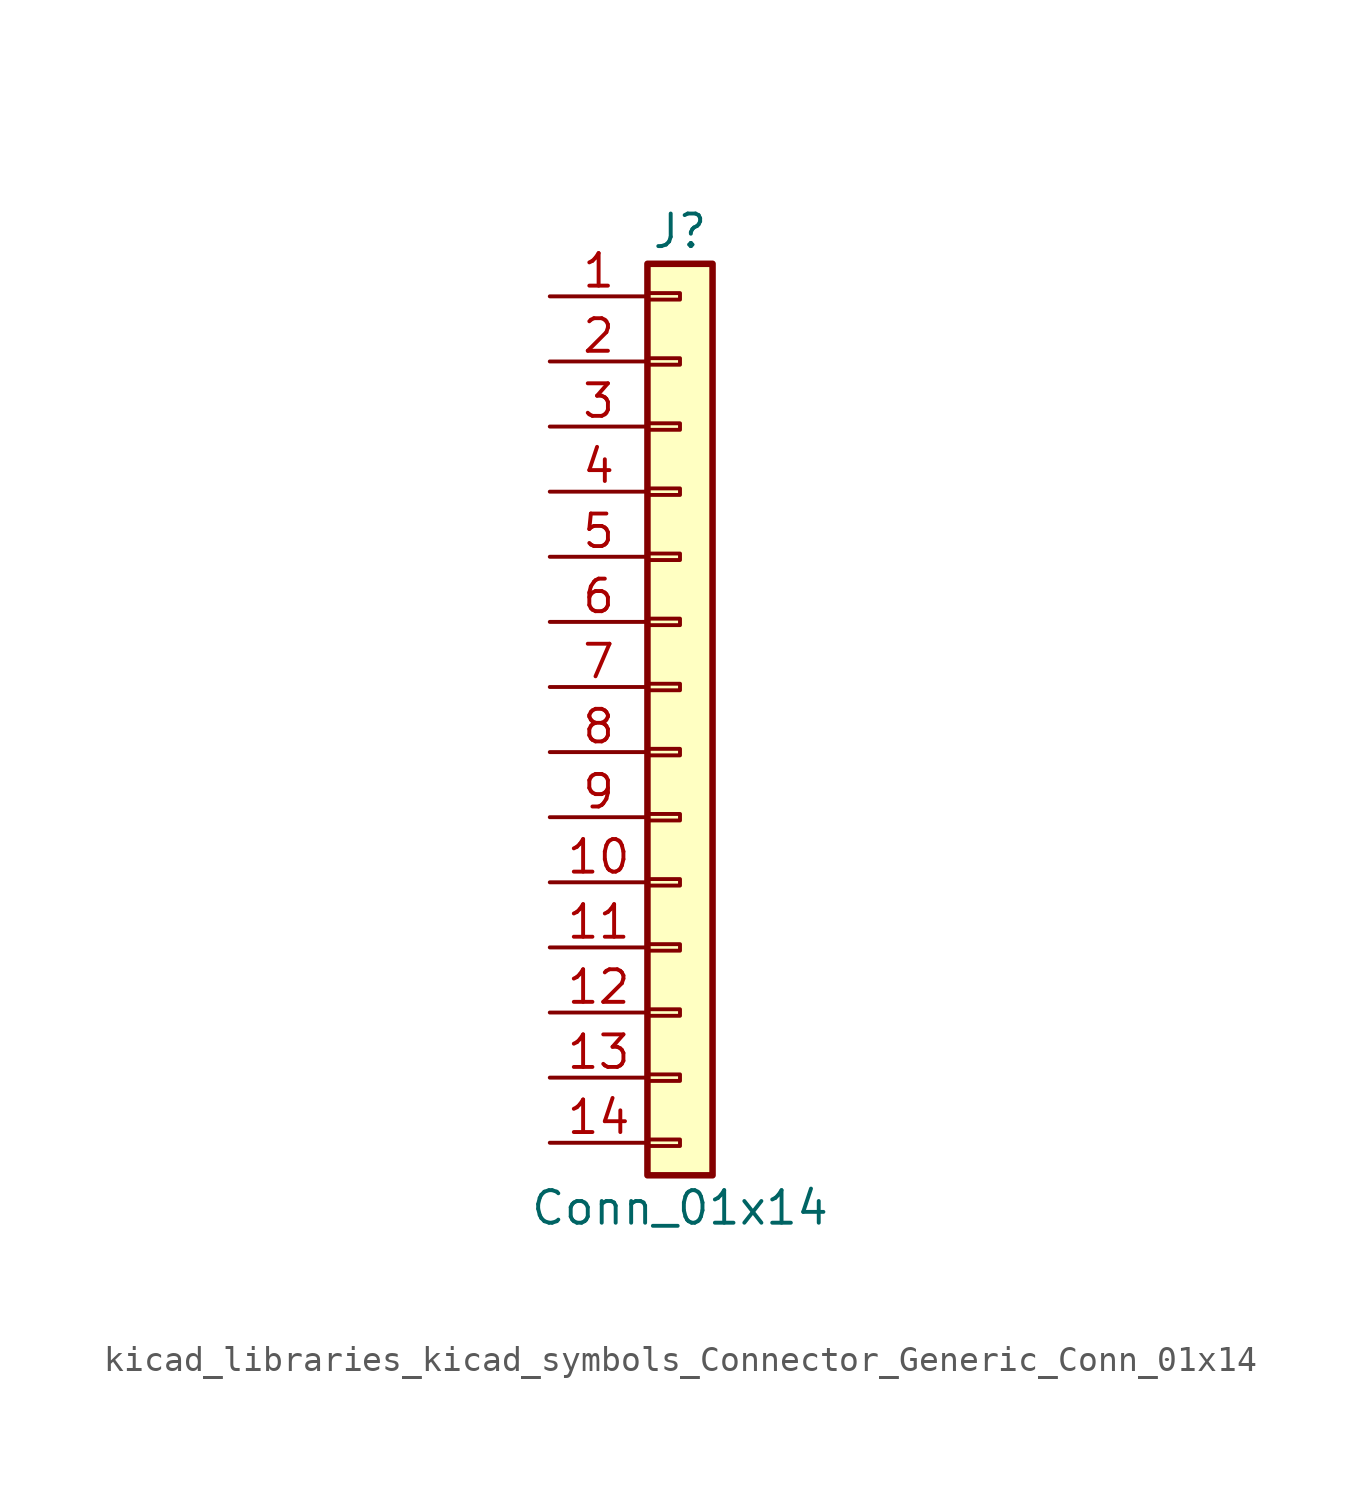
<source format=kicad_sym>
(kicad_symbol_lib
  (version 20220914)
  (generator kicad_symbol_editor)
  (symbol "kicad_libraries_kicad_symbols_Connector_Generic_Conn_01x14"
    (pin_names
      (offset 1.016) hide)
    (property "Reference" "J"
      (at 0 17.78 0)
      (effects (font (size 1.27 1.27))))
    (property "Value" "Conn_01x14"
      (at 0 -20.32 0)
      (effects (font (size 1.27 1.27))))
    (symbol "kicad_libraries_kicad_symbols_Connector_Generic_Conn_01x14_1_1"
      (rectangle (start -1.27 -17.653) (end 0 -17.907) (stroke (width 0.152) (type default)) (fill (type none)))
      (rectangle (start -1.27 -15.113) (end 0 -15.367) (stroke (width 0.152) (type default)) (fill (type none)))
      (rectangle (start -1.27 -12.573) (end 0 -12.827) (stroke (width 0.152) (type default)) (fill (type none)))
      (rectangle (start -1.27 -10.033) (end 0 -10.287) (stroke (width 0.152) (type default)) (fill (type none)))
      (rectangle (start -1.27 -7.493) (end 0 -7.747) (stroke (width 0.152) (type default)) (fill (type none)))
      (rectangle (start -1.27 -4.953) (end 0 -5.207) (stroke (width 0.152) (type default)) (fill (type none)))
      (rectangle (start -1.27 -2.413) (end 0 -2.667) (stroke (width 0.152) (type default)) (fill (type none)))
      (rectangle (start -1.27 0.127) (end 0 -0.127) (stroke (width 0.152) (type default)) (fill (type none)))
      (rectangle (start -1.27 2.667) (end 0 2.413) (stroke (width 0.152) (type default)) (fill (type none)))
      (rectangle (start -1.27 5.207) (end 0 4.953) (stroke (width 0.152) (type default)) (fill (type none)))
      (rectangle (start -1.27 7.747) (end 0 7.493) (stroke (width 0.152) (type default)) (fill (type none)))
      (rectangle (start -1.27 10.287) (end 0 10.033) (stroke (width 0.152) (type default)) (fill (type none)))
      (rectangle (start -1.27 12.827) (end 0 12.573) (stroke (width 0.152) (type default)) (fill (type none)))
      (rectangle (start -1.27 15.367) (end 0 15.113) (stroke (width 0.152) (type default)) (fill (type none)))
      (rectangle (start -1.27 16.51) (end 1.27 -19.05) (stroke (width 0.254) (type default)) (fill (type background)))
      (pin passive line (at -5.08 15.24 0) (length 3.81) (name "Pin_1" (effects (font (size 1.27 1.27)))) (number "1" (effects (font (size 1.27 1.27)))))
      (pin passive line (at -5.08 -7.62 0) (length 3.81) (name "Pin_10" (effects (font (size 1.27 1.27)))) (number "10" (effects (font (size 1.27 1.27)))))
      (pin passive line (at -5.08 -10.16 0) (length 3.81) (name "Pin_11" (effects (font (size 1.27 1.27)))) (number "11" (effects (font (size 1.27 1.27)))))
      (pin passive line (at -5.08 -12.7 0) (length 3.81) (name "Pin_12" (effects (font (size 1.27 1.27)))) (number "12" (effects (font (size 1.27 1.27)))))
      (pin passive line (at -5.08 -15.24 0) (length 3.81) (name "Pin_13" (effects (font (size 1.27 1.27)))) (number "13" (effects (font (size 1.27 1.27)))))
      (pin passive line (at -5.08 -17.78 0) (length 3.81) (name "Pin_14" (effects (font (size 1.27 1.27)))) (number "14" (effects (font (size 1.27 1.27)))))
      (pin passive line (at -5.08 12.7 0) (length 3.81) (name "Pin_2" (effects (font (size 1.27 1.27)))) (number "2" (effects (font (size 1.27 1.27)))))
      (pin passive line (at -5.08 10.16 0) (length 3.81) (name "Pin_3" (effects (font (size 1.27 1.27)))) (number "3" (effects (font (size 1.27 1.27)))))
      (pin passive line (at -5.08 7.62 0) (length 3.81) (name "Pin_4" (effects (font (size 1.27 1.27)))) (number "4" (effects (font (size 1.27 1.27)))))
      (pin passive line (at -5.08 5.08 0) (length 3.81) (name "Pin_5" (effects (font (size 1.27 1.27)))) (number "5" (effects (font (size 1.27 1.27)))))
      (pin passive line (at -5.08 2.54 0) (length 3.81) (name "Pin_6" (effects (font (size 1.27 1.27)))) (number "6" (effects (font (size 1.27 1.27)))))
      (pin passive line (at -5.08 0 0) (length 3.81) (name "Pin_7" (effects (font (size 1.27 1.27)))) (number "7" (effects (font (size 1.27 1.27)))))
      (pin passive line (at -5.08 -2.54 0) (length 3.81) (name "Pin_8" (effects (font (size 1.27 1.27)))) (number "8" (effects (font (size 1.27 1.27)))))
      (pin passive line (at -5.08 -5.08 0) (length 3.81) (name "Pin_9" (effects (font (size 1.27 1.27)))) (number "9" (effects (font (size 1.27 1.27))))))))
</source>
